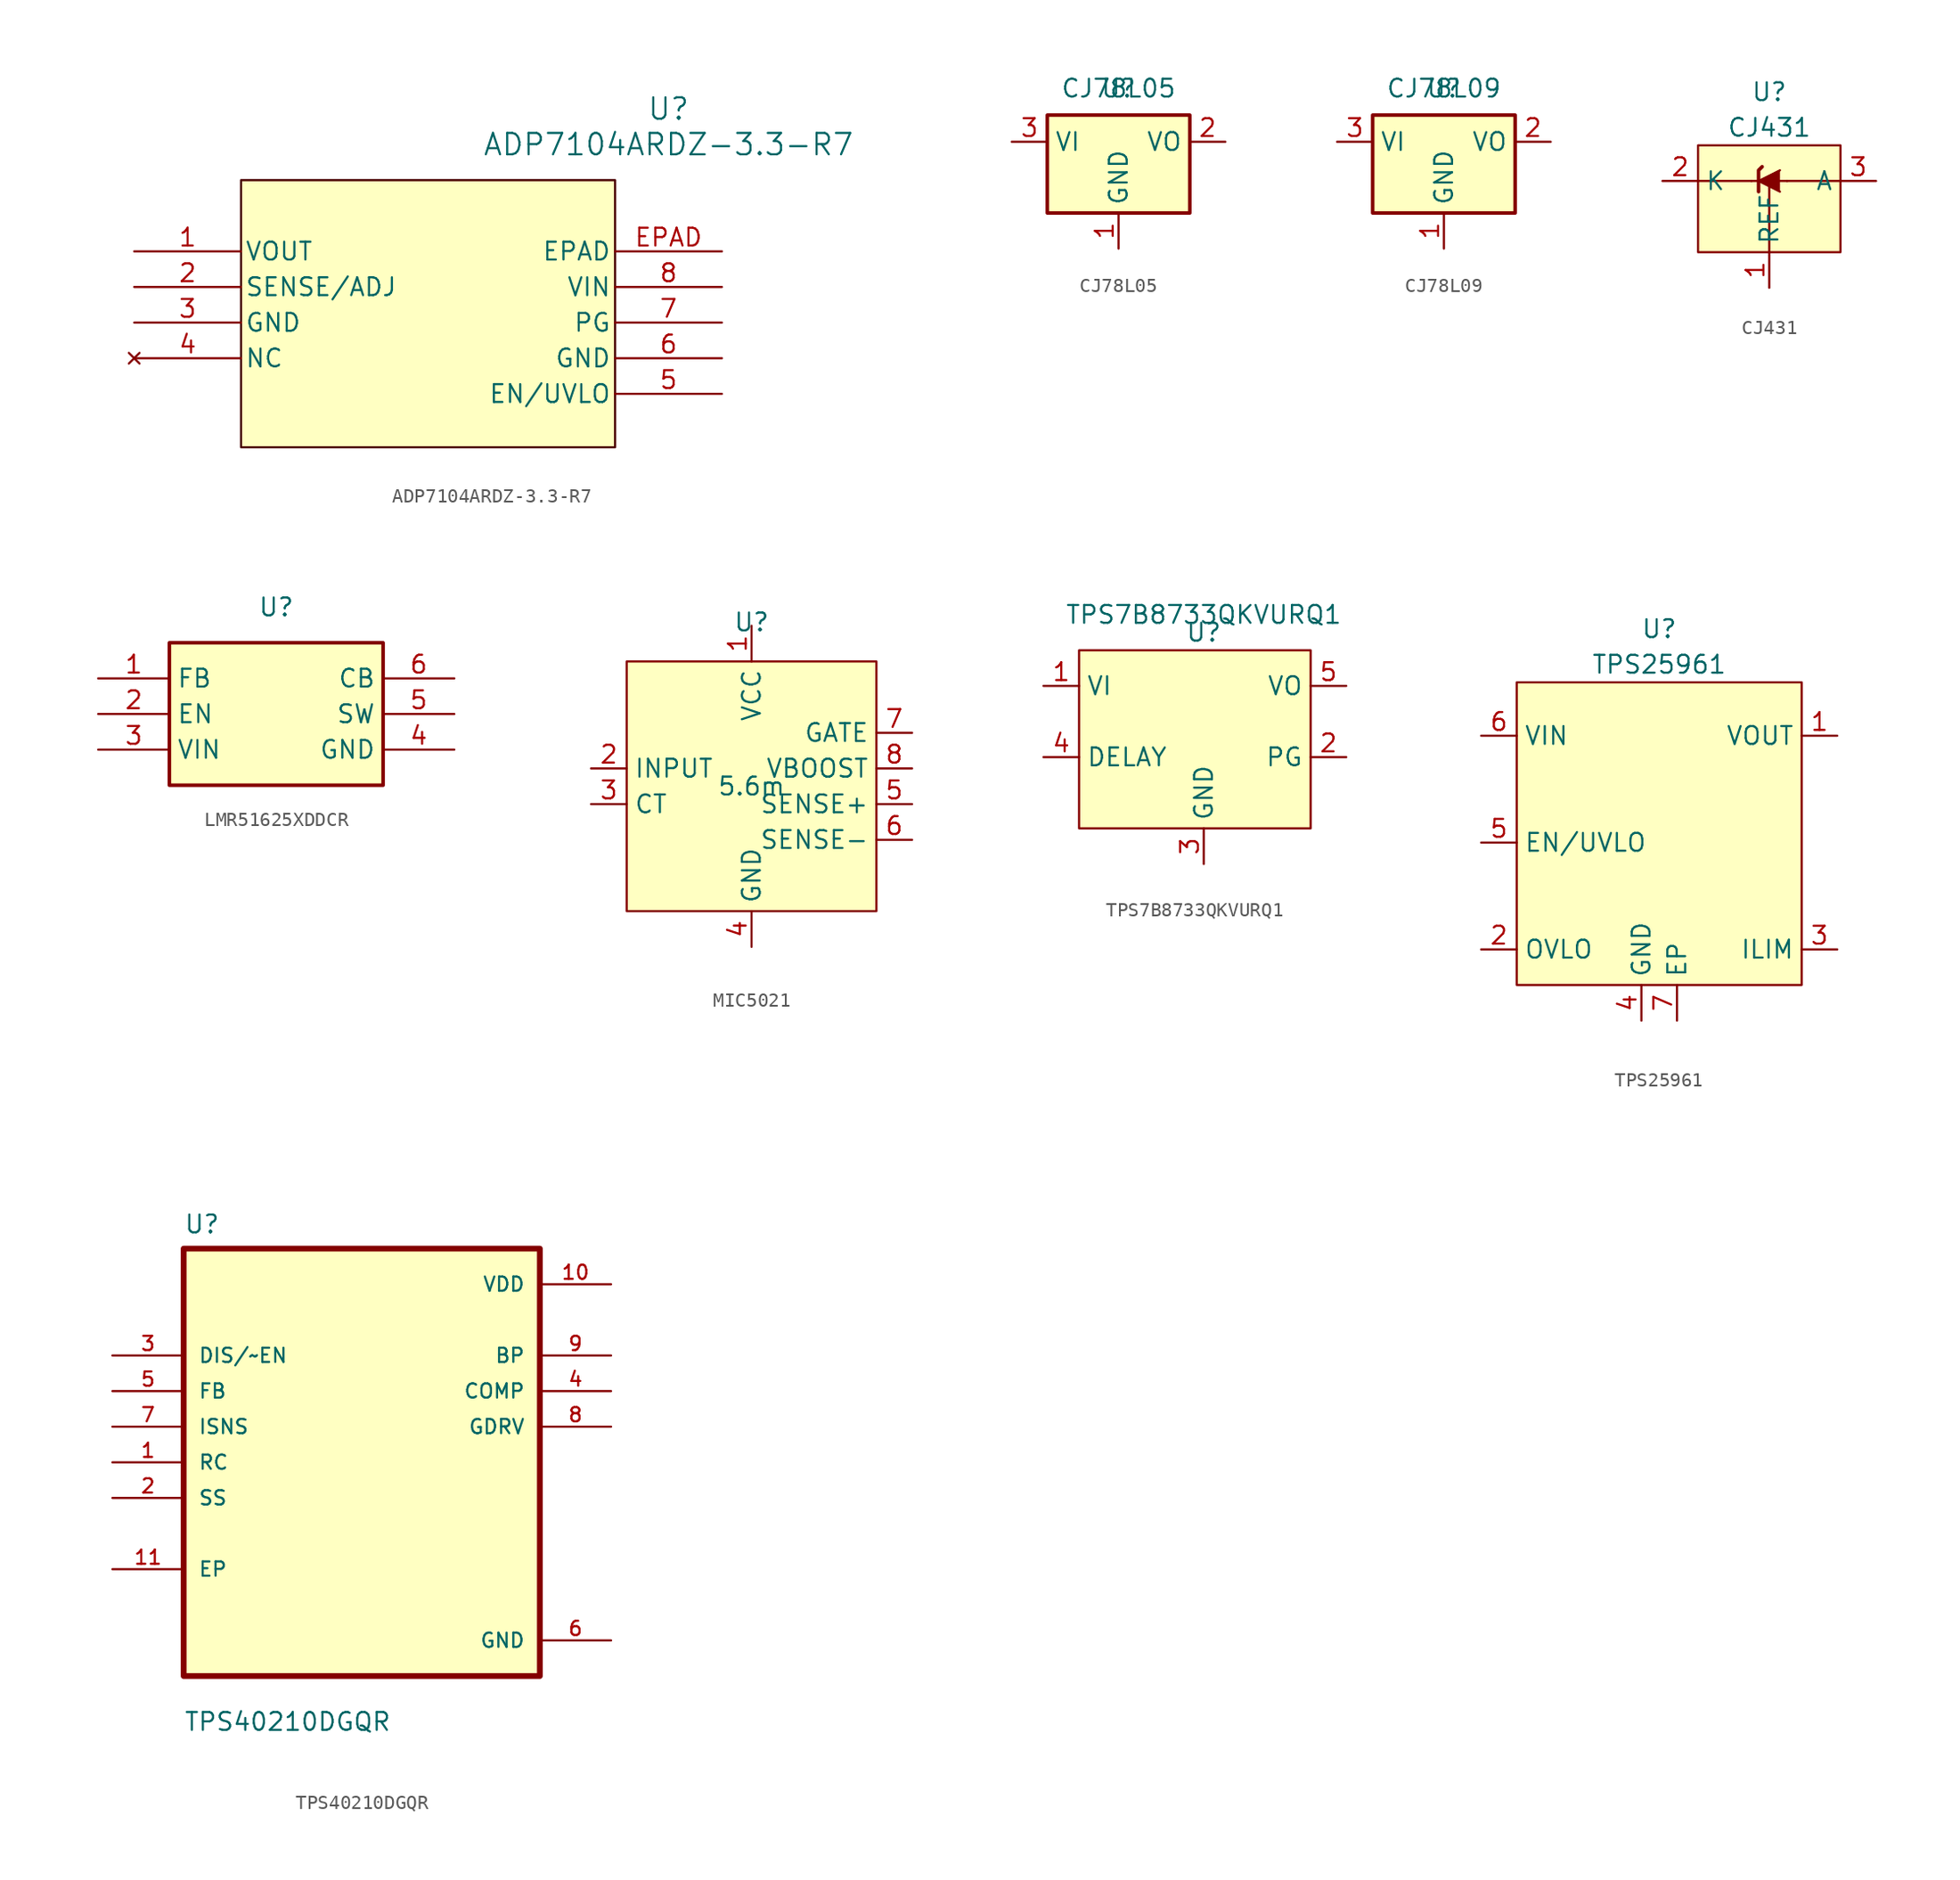
<source format=kicad_sym>
(kicad_symbol_lib
  (version 20241209)
  (generator "kicad_symbol_editor")
  (generator_version "9.0")
  (symbol "ADP7104ARDZ-3.3-R7"
    (pin_names
      (offset 0.254))
    (property "Reference" "U"
      (at 38.1 10.16 0)
      (effects (font (size 1.524 1.524))))
    (property "Value" "ADP7104ARDZ-3.3-R7"
      (at 38.1 7.62 0)
      (effects (font (size 1.524 1.524))))
    (symbol "ADP7104ARDZ-3.3-R7_0_1"
      (pin output line (at 0 0 0) (length 7.62) (name "VOUT" (effects (font (size 1.27 1.27)))) (number "1" (effects (font (size 1.27 1.27)))))
      (pin output line (at 0 -2.54 0) (length 7.62) (name "SENSE/ADJ" (effects (font (size 1.27 1.27)))) (number "2" (effects (font (size 1.27 1.27)))))
      (pin power_in line (at 0 -5.08 0) (length 7.62) (name "GND" (effects (font (size 1.27 1.27)))) (number "3" (effects (font (size 1.27 1.27)))))
      (pin no_connect line (at 0 -7.62 0) (length 7.62) (name "NC" (effects (font (size 1.27 1.27)))) (number "4" (effects (font (size 1.27 1.27)))))
      (pin unspecified line (at 41.91 0 180) (length 7.62) (name "EPAD" (effects (font (size 1.27 1.27)))) (number "EPAD" (effects (font (size 1.27 1.27)))))
      (pin input line (at 41.91 -2.54 180) (length 7.62) (name "VIN" (effects (font (size 1.27 1.27)))) (number "8" (effects (font (size 1.27 1.27)))))
      (pin power_in line (at 41.91 -5.08 180) (length 7.62) (name "PG" (effects (font (size 1.27 1.27)))) (number "7" (effects (font (size 1.27 1.27)))))
      (pin power_in line (at 41.91 -7.62 180) (length 7.62) (name "GND" (effects (font (size 1.27 1.27)))) (number "6" (effects (font (size 1.27 1.27)))))
      (pin input line (at 41.91 -10.16 180) (length 7.62) (name "EN/UVLO" (effects (font (size 1.27 1.27)))) (number "5" (effects (font (size 1.27 1.27))))))
    (symbol "ADP7104ARDZ-3.3-R7_1_1"
      (rectangle (start 7.62 5.08) (end 34.29 -13.97) (stroke (width 0) (type solid) (color 72 0 0 1)) (fill (type background)))))
  (symbol "CJ78L05"
    (property "Reference" "U"
      (at 0 0 0)
      (effects (font (size 1.27 1.27))))
    (property "Value" "CJ78L05"
      (at 0 0 0)
      (effects (font (size 1.27 1.27))))
    (symbol "CJ78L05_1_1"
      (rectangle (start -5.08 -1.905) (end 5.08 -8.89) (stroke (width 0.254) (type default)) (fill (type background)))
      (pin power_in line (at -7.62 -3.81 0) (length 2.54) (name "VI" (effects (font (size 1.27 1.27)))) (number "3" (effects (font (size 1.27 1.27)))))
      (pin power_in line (at 0 -11.43 90) (length 2.54) (name "GND" (effects (font (size 1.27 1.27)))) (number "1" (effects (font (size 1.27 1.27)))))
      (pin power_out line (at 7.62 -3.81 180) (length 2.54) (name "VO" (effects (font (size 1.27 1.27)))) (number "2" (effects (font (size 1.27 1.27)))))))
  (symbol "CJ78L09"
    (property "Reference" "U"
      (at 0 0 0)
      (effects (font (size 1.27 1.27))))
    (property "Value" "CJ78L09"
      (at 0 0 0)
      (effects (font (size 1.27 1.27))))
    (symbol "CJ78L09_1_1"
      (rectangle (start -5.08 -1.905) (end 5.08 -8.89) (stroke (width 0.254) (type default)) (fill (type background)))
      (pin power_in line (at -7.62 -3.81 0) (length 2.54) (name "VI" (effects (font (size 1.27 1.27)))) (number "3" (effects (font (size 1.27 1.27)))))
      (pin power_in line (at 0 -11.43 90) (length 2.54) (name "GND" (effects (font (size 1.27 1.27)))) (number "1" (effects (font (size 1.27 1.27)))))
      (pin power_out line (at 7.62 -3.81 180) (length 2.54) (name "VO" (effects (font (size 1.27 1.27)))) (number "2" (effects (font (size 1.27 1.27)))))))
  (symbol "CJ431"
    (property "Reference" "U"
      (at 0 6.35 0)
      (effects (font (size 1.27 1.27))))
    (property "Value" "CJ431"
      (at 0 3.81 0)
      (effects (font (size 1.27 1.27))))
    (symbol "CJ431_0_1"
      (polyline (pts (xy -1.27 0) (xy -5.08 0)) (stroke (width 0) (type default)) (fill (type none)))
      (polyline (pts (xy -0.508 1.016) (xy -0.762 0.762) (xy -0.762 -0.762) (xy -0.762 -0.762)) (stroke (width 0.254) (type default)) (fill (type none)))
      (polyline (pts (xy 0 -5.08) (xy 0 0)) (stroke (width 0) (type default)) (fill (type none)))
      (polyline (pts (xy 0.762 -0.762) (xy -0.762 0) (xy 0.762 0.762)) (stroke (width 0) (type default)) (fill (type outline)))
      (polyline (pts (xy 1.27 0) (xy 5.08 0)) (stroke (width 0) (type default)) (fill (type none)))
      (polyline (pts (xy 1.27 0) (xy 0 0) (xy -1.27 0)) (stroke (width 0) (type default)) (fill (type none))))
    (symbol "CJ431_1_1"
      (rectangle (start -5.08 2.54) (end 5.08 -5.08) (stroke (width 0) (type default)) (fill (type background)))
      (pin passive line (at -7.62 0 0) (length 2.54) (name "K" (effects (font (size 1.27 1.27)))) (number "2" (effects (font (size 1.27 1.27)))))
      (pin passive line (at 0 -7.62 90) (length 2.54) (name "REF" (effects (font (size 1.27 1.27)))) (number "1" (effects (font (size 1.27 1.27)))))
      (pin passive line (at 7.62 0 180) (length 2.54) (name "A" (effects (font (size 1.27 1.27)))) (number "3" (effects (font (size 1.27 1.27)))))))
  (symbol "LMR51625XDDCR"
    (property "Reference" "U"
      (at 0 1.27 0)
      (effects (font (size 1.27 1.27))))
    (property "Value" ""
      (at 0 0 0)
      (effects (font (size 1.27 1.27))))
    (symbol "LMR51625XDDCR_1_1"
      (rectangle (start -7.62 -1.27) (end 7.62 -11.43) (stroke (width 0.254) (type default)) (fill (type background)))
      (pin passive line (at -12.7 -3.81 0) (length 5.08) (name "FB" (effects (font (size 1.27 1.27)))) (number "1" (effects (font (size 1.27 1.27)))))
      (pin passive line (at -12.7 -6.35 0) (length 5.08) (name "EN" (effects (font (size 1.27 1.27)))) (number "2" (effects (font (size 1.27 1.27)))))
      (pin passive line (at -12.7 -8.89 0) (length 5.08) (name "VIN" (effects (font (size 1.27 1.27)))) (number "3" (effects (font (size 1.27 1.27)))))
      (pin passive line (at 12.7 -3.81 180) (length 5.08) (name "CB" (effects (font (size 1.27 1.27)))) (number "6" (effects (font (size 1.27 1.27)))))
      (pin passive line (at 12.7 -6.35 180) (length 5.08) (name "SW" (effects (font (size 1.27 1.27)))) (number "5" (effects (font (size 1.27 1.27)))))
      (pin passive line (at 12.7 -8.89 180) (length 5.08) (name "GND" (effects (font (size 1.27 1.27)))) (number "4" (effects (font (size 1.27 1.27)))))))
  (symbol "MIC5021"
    (property "Reference" "U"
      (at 0 11.684 0)
      (effects (font (size 1.27 1.27))))
    (property "Value" "5.6m"
      (at 0 0 0)
      (effects (font (size 1.27 1.27))))
    (symbol "MIC5021_1_1"
      (rectangle (start -8.89 8.89) (end 8.89 -8.89) (stroke (width 0) (type default)) (fill (type background)))
      (pin input line (at -11.43 1.27 0) (length 2.54) (name "INPUT" (effects (font (size 1.27 1.27)))) (number "2" (effects (font (size 1.27 1.27)))))
      (pin input line (at -11.43 -1.27 0) (length 2.54) (name "CT" (effects (font (size 1.27 1.27)))) (number "3" (effects (font (size 1.27 1.27)))))
      (pin power_in line (at 0 11.43 270) (length 2.54) (name "VCC" (effects (font (size 1.27 1.27)))) (number "1" (effects (font (size 1.27 1.27)))))
      (pin power_in line (at 0 -11.43 90) (length 2.54) (name "GND" (effects (font (size 1.27 1.27)))) (number "4" (effects (font (size 1.27 1.27)))))
      (pin output line (at 11.43 3.81 180) (length 2.54) (name "GATE" (effects (font (size 1.27 1.27)))) (number "7" (effects (font (size 1.27 1.27)))))
      (pin output line (at 11.43 1.27 180) (length 2.54) (name "VBOOST" (effects (font (size 1.27 1.27)))) (number "8" (effects (font (size 1.27 1.27)))))
      (pin input line (at 11.43 -1.27 180) (length 2.54) (name "SENSE+" (effects (font (size 1.27 1.27)))) (number "5" (effects (font (size 1.27 1.27)))))
      (pin input line (at 11.43 -3.81 180) (length 2.54) (name "SENSE-" (effects (font (size 1.27 1.27)))) (number "6" (effects (font (size 1.27 1.27)))))))
  (symbol "TPS7B8733QKVURQ1"
    (property "Reference" "U"
      (at 0 7.62 0)
      (effects (font (size 1.27 1.27))))
    (property "Value" "TPS7B8733QKVURQ1"
      (at 0 8.89 0)
      (effects (font (size 1.27 1.27))))
    (symbol "TPS7B8733QKVURQ1_1_1"
      (rectangle (start -8.89 6.35) (end 7.62 -6.35) (stroke (width 0) (type default)) (fill (type background)))
      (pin power_in line (at -11.43 3.81 0) (length 2.54) (name "VI" (effects (font (size 1.27 1.27)))) (number "1" (effects (font (size 1.27 1.27)))))
      (pin input line (at -11.43 -1.27 0) (length 2.54) (name "DELAY" (effects (font (size 1.27 1.27)))) (number "4" (effects (font (size 1.27 1.27)))))
      (pin power_in line (at 0 -8.89 90) (length 2.54) (name "GND" (effects (font (size 1.27 1.27)))) (number "3" (effects (font (size 1.27 1.27)))))
      (pin power_out line (at 10.16 3.81 180) (length 2.54) (name "VO" (effects (font (size 1.27 1.27)))) (number "5" (effects (font (size 1.27 1.27)))))
      (pin input line (at 10.16 -1.27 180) (length 2.54) (name "PG" (effects (font (size 1.27 1.27)))) (number "2" (effects (font (size 1.27 1.27)))))))
  (symbol "TPS25961"
    (property "Reference" "U"
      (at 0 15.24 0)
      (effects (font (size 1.27 1.27))))
    (property "Value" "TPS25961"
      (at 0 12.7 0)
      (effects (font (size 1.27 1.27))))
    (symbol "TPS25961_1_1"
      (rectangle (start -10.16 11.43) (end 10.16 -10.16) (stroke (width 0) (type solid)) (fill (type background)))
      (pin passive line (at -12.7 7.62 0) (length 2.54) (name "VIN" (effects (font (size 1.27 1.27)))) (number "6" (effects (font (size 1.27 1.27)))))
      (pin passive line (at -12.7 0 0) (length 2.54) (name "EN/UVLO" (effects (font (size 1.27 1.27)))) (number "5" (effects (font (size 1.27 1.27)))))
      (pin passive line (at -12.7 -7.62 0) (length 2.54) (name "OVLO" (effects (font (size 1.27 1.27)))) (number "2" (effects (font (size 1.27 1.27)))))
      (pin passive line (at -1.27 -12.7 90) (length 2.54) (name "GND" (effects (font (size 1.27 1.27)))) (number "4" (effects (font (size 1.27 1.27)))))
      (pin passive line (at 1.27 -12.7 90) (length 2.54) (name "EP" (effects (font (size 1.27 1.27)))) (number "7" (effects (font (size 1.27 1.27)))))
      (pin passive line (at 12.7 7.62 180) (length 2.54) (name "VOUT" (effects (font (size 1.27 1.27)))) (number "1" (effects (font (size 1.27 1.27)))))
      (pin passive line (at 12.7 -7.62 180) (length 2.54) (name "ILIM" (effects (font (size 1.27 1.27)))) (number "3" (effects (font (size 1.27 1.27)))))))
  (symbol "TPS40210DGQR"
    (pin_names
      (offset 1.016))
    (property "Reference" "U"
      (at -12.7 16.24 0)
      (effects (font (size 1.27 1.27)) (justify left bottom)))
    (property "Value" "TPS40210DGQR"
      (at -12.7 -19.24 0)
      (effects (font (size 1.27 1.27)) (justify left bottom)))
    (symbol "TPS40210DGQR_0_0"
      (rectangle (start -12.7 15.24) (end 12.7 -15.24) (stroke (width 0.41) (type default)) (fill (type background)))
      (pin input line (at -17.78 7.62 0) (length 5.08) (name "DIS/~EN" (effects (font (size 1.016 1.016)))) (number "3" (effects (font (size 1.016 1.016)))))
      (pin input line (at -17.78 5.08 0) (length 5.08) (name "FB" (effects (font (size 1.016 1.016)))) (number "5" (effects (font (size 1.016 1.016)))))
      (pin input line (at -17.78 2.54 0) (length 5.08) (name "ISNS" (effects (font (size 1.016 1.016)))) (number "7" (effects (font (size 1.016 1.016)))))
      (pin input line (at -17.78 0 0) (length 5.08) (name "RC" (effects (font (size 1.016 1.016)))) (number "1" (effects (font (size 1.016 1.016)))))
      (pin input line (at -17.78 -2.54 0) (length 5.08) (name "SS" (effects (font (size 1.016 1.016)))) (number "2" (effects (font (size 1.016 1.016)))))
      (pin bidirectional line (at -17.78 -7.62 0) (length 5.08) (name "EP" (effects (font (size 1.016 1.016)))) (number "11" (effects (font (size 1.016 1.016)))))
      (pin power_in line (at 17.78 12.7 180) (length 5.08) (name "VDD" (effects (font (size 1.016 1.016)))) (number "10" (effects (font (size 1.016 1.016)))))
      (pin output line (at 17.78 7.62 180) (length 5.08) (name "BP" (effects (font (size 1.016 1.016)))) (number "9" (effects (font (size 1.016 1.016)))))
      (pin output line (at 17.78 5.08 180) (length 5.08) (name "COMP" (effects (font (size 1.016 1.016)))) (number "4" (effects (font (size 1.016 1.016)))))
      (pin output line (at 17.78 2.54 180) (length 5.08) (name "GDRV" (effects (font (size 1.016 1.016)))) (number "8" (effects (font (size 1.016 1.016)))))
      (pin power_in line (at 17.78 -12.7 180) (length 5.08) (name "GND" (effects (font (size 1.016 1.016)))) (number "6" (effects (font (size 1.016 1.016))))))))
</source>
